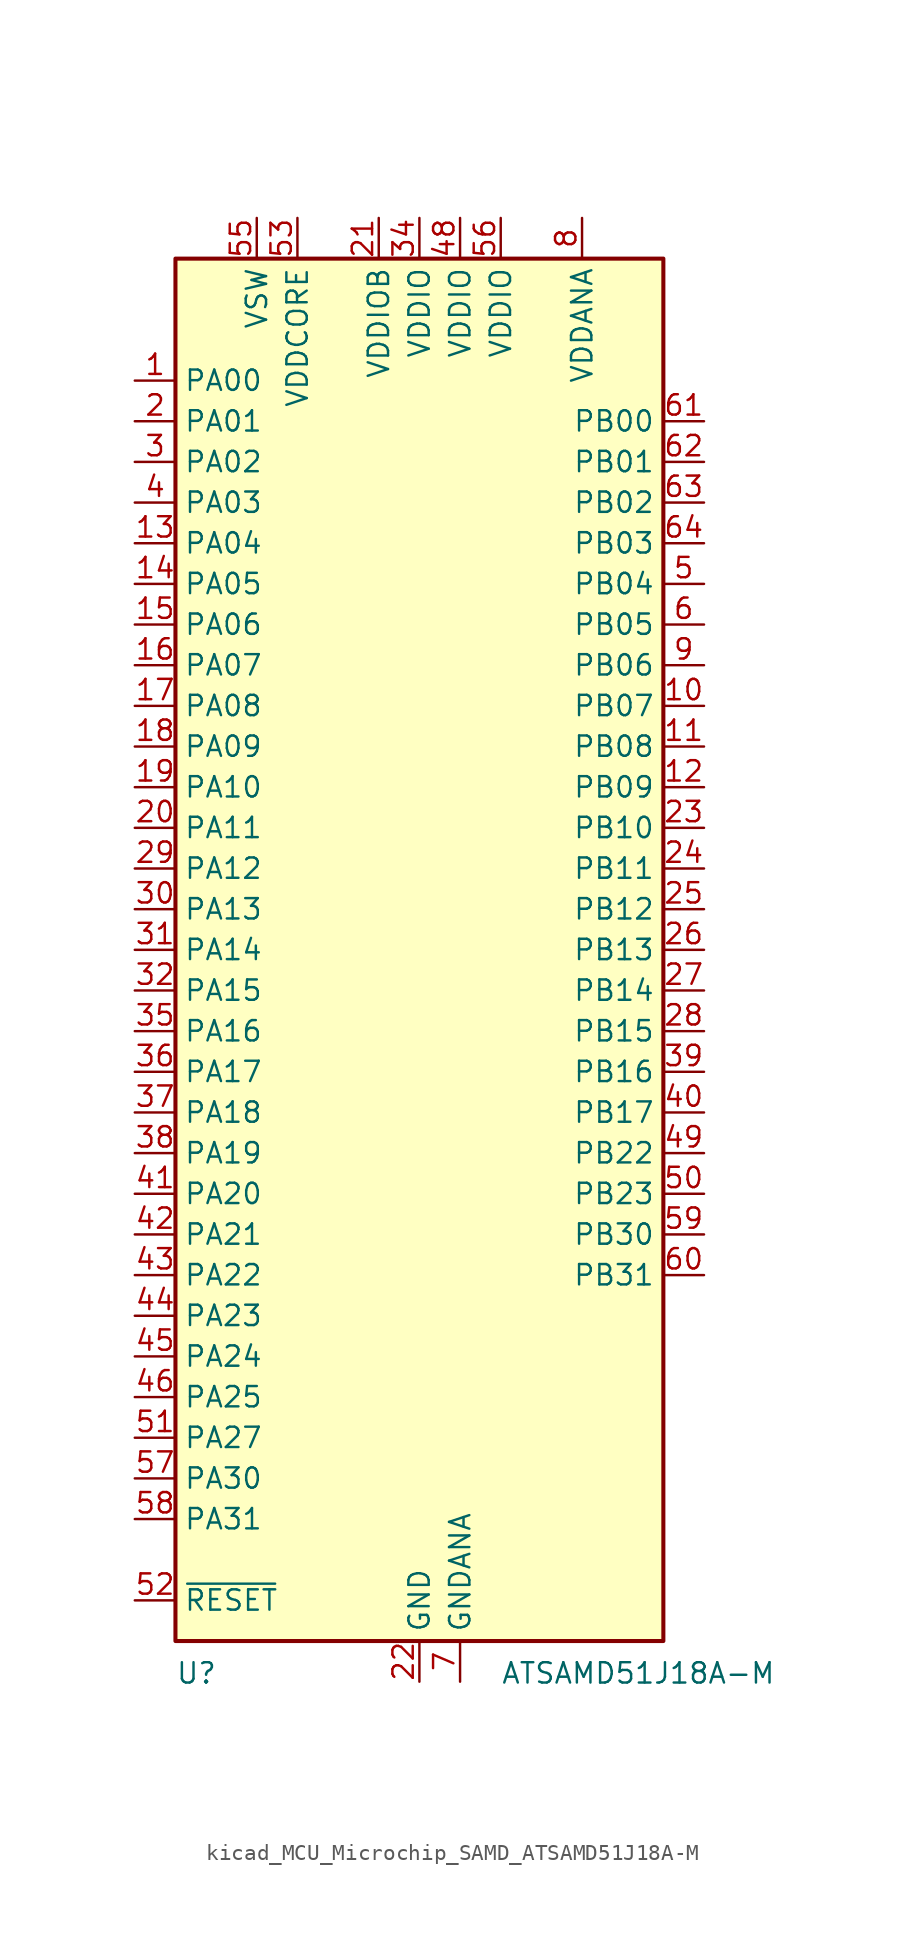
<source format=kicad_sym>
(kicad_symbol_lib
  (version 20220914)
  (generator kicad_symbol_editor)
  (symbol "kicad_MCU_Microchip_SAMD_ATSAMD51J18A-M"
    (property "Reference" "U"
      (at -15.24 -44.45 0)
      (effects (font (size 1.27 1.27)) (justify left top)))
    (property "Value" "ATSAMD51J18A-M"
      (at 5.08 -44.45 0)
      (effects (font (size 1.27 1.27)) (justify left top)))
    (symbol "kicad_MCU_Microchip_SAMD_ATSAMD51J18A-M_0_1"
      (rectangle (start -15.24 43.18) (end 15.24 -43.18) (stroke (width 0.254) (type default)) (fill (type background))))
    (symbol "kicad_MCU_Microchip_SAMD_ATSAMD51J18A-M_1_0"
      (pin bidirectional line (at 17.78 25.4 180) (length 2.54) (name "PB03" (effects (font (size 1.27 1.27)))) (number "64" (effects (font (size 1.27 1.27))))))
    (symbol "kicad_MCU_Microchip_SAMD_ATSAMD51J18A-M_1_1"
      (pin bidirectional line (at -17.78 35.56 0) (length 2.54) (name "PA00" (effects (font (size 1.27 1.27)))) (number "1" (effects (font (size 1.27 1.27)))))
      (pin bidirectional line (at 17.78 15.24 180) (length 2.54) (name "PB07" (effects (font (size 1.27 1.27)))) (number "10" (effects (font (size 1.27 1.27)))))
      (pin bidirectional line (at 17.78 12.7 180) (length 2.54) (name "PB08" (effects (font (size 1.27 1.27)))) (number "11" (effects (font (size 1.27 1.27)))))
      (pin bidirectional line (at 17.78 10.16 180) (length 2.54) (name "PB09" (effects (font (size 1.27 1.27)))) (number "12" (effects (font (size 1.27 1.27)))))
      (pin bidirectional line (at -17.78 25.4 0) (length 2.54) (name "PA04" (effects (font (size 1.27 1.27)))) (number "13" (effects (font (size 1.27 1.27)))))
      (pin bidirectional line (at -17.78 22.86 0) (length 2.54) (name "PA05" (effects (font (size 1.27 1.27)))) (number "14" (effects (font (size 1.27 1.27)))))
      (pin bidirectional line (at -17.78 20.32 0) (length 2.54) (name "PA06" (effects (font (size 1.27 1.27)))) (number "15" (effects (font (size 1.27 1.27)))))
      (pin bidirectional line (at -17.78 17.78 0) (length 2.54) (name "PA07" (effects (font (size 1.27 1.27)))) (number "16" (effects (font (size 1.27 1.27)))))
      (pin bidirectional line (at -17.78 15.24 0) (length 2.54) (name "PA08" (effects (font (size 1.27 1.27)))) (number "17" (effects (font (size 1.27 1.27)))))
      (pin bidirectional line (at -17.78 12.7 0) (length 2.54) (name "PA09" (effects (font (size 1.27 1.27)))) (number "18" (effects (font (size 1.27 1.27)))))
      (pin bidirectional line (at -17.78 10.16 0) (length 2.54) (name "PA10" (effects (font (size 1.27 1.27)))) (number "19" (effects (font (size 1.27 1.27)))))
      (pin bidirectional line (at -17.78 33.02 0) (length 2.54) (name "PA01" (effects (font (size 1.27 1.27)))) (number "2" (effects (font (size 1.27 1.27)))))
      (pin bidirectional line (at -17.78 7.62 0) (length 2.54) (name "PA11" (effects (font (size 1.27 1.27)))) (number "20" (effects (font (size 1.27 1.27)))))
      (pin power_in line (at -2.54 45.72 270) (length 2.54) (name "VDDIOB" (effects (font (size 1.27 1.27)))) (number "21" (effects (font (size 1.27 1.27)))))
      (pin power_in line (at 0 -45.72 90) (length 2.54) (name "GND" (effects (font (size 1.27 1.27)))) (number "22" (effects (font (size 1.27 1.27)))))
      (pin bidirectional line (at 17.78 7.62 180) (length 2.54) (name "PB10" (effects (font (size 1.27 1.27)))) (number "23" (effects (font (size 1.27 1.27)))))
      (pin bidirectional line (at 17.78 5.08 180) (length 2.54) (name "PB11" (effects (font (size 1.27 1.27)))) (number "24" (effects (font (size 1.27 1.27)))))
      (pin bidirectional line (at 17.78 2.54 180) (length 2.54) (name "PB12" (effects (font (size 1.27 1.27)))) (number "25" (effects (font (size 1.27 1.27)))))
      (pin bidirectional line (at 17.78 0 180) (length 2.54) (name "PB13" (effects (font (size 1.27 1.27)))) (number "26" (effects (font (size 1.27 1.27)))))
      (pin bidirectional line (at 17.78 -2.54 180) (length 2.54) (name "PB14" (effects (font (size 1.27 1.27)))) (number "27" (effects (font (size 1.27 1.27)))))
      (pin bidirectional line (at 17.78 -5.08 180) (length 2.54) (name "PB15" (effects (font (size 1.27 1.27)))) (number "28" (effects (font (size 1.27 1.27)))))
      (pin bidirectional line (at -17.78 5.08 0) (length 2.54) (name "PA12" (effects (font (size 1.27 1.27)))) (number "29" (effects (font (size 1.27 1.27)))))
      (pin bidirectional line (at -17.78 30.48 0) (length 2.54) (name "PA02" (effects (font (size 1.27 1.27)))) (number "3" (effects (font (size 1.27 1.27)))))
      (pin bidirectional line (at -17.78 2.54 0) (length 2.54) (name "PA13" (effects (font (size 1.27 1.27)))) (number "30" (effects (font (size 1.27 1.27)))))
      (pin bidirectional line (at -17.78 0 0) (length 2.54) (name "PA14" (effects (font (size 1.27 1.27)))) (number "31" (effects (font (size 1.27 1.27)))))
      (pin bidirectional line (at -17.78 -2.54 0) (length 2.54) (name "PA15" (effects (font (size 1.27 1.27)))) (number "32" (effects (font (size 1.27 1.27)))))
      (pin passive line (at 0 -45.72 90) (length 2.54) hide (name "GND" (effects (font (size 1.27 1.27)))) (number "33" (effects (font (size 1.27 1.27)))))
      (pin power_in line (at 0 45.72 270) (length 2.54) (name "VDDIO" (effects (font (size 1.27 1.27)))) (number "34" (effects (font (size 1.27 1.27)))))
      (pin bidirectional line (at -17.78 -5.08 0) (length 2.54) (name "PA16" (effects (font (size 1.27 1.27)))) (number "35" (effects (font (size 1.27 1.27)))))
      (pin bidirectional line (at -17.78 -7.62 0) (length 2.54) (name "PA17" (effects (font (size 1.27 1.27)))) (number "36" (effects (font (size 1.27 1.27)))))
      (pin bidirectional line (at -17.78 -10.16 0) (length 2.54) (name "PA18" (effects (font (size 1.27 1.27)))) (number "37" (effects (font (size 1.27 1.27)))))
      (pin bidirectional line (at -17.78 -12.7 0) (length 2.54) (name "PA19" (effects (font (size 1.27 1.27)))) (number "38" (effects (font (size 1.27 1.27)))))
      (pin bidirectional line (at 17.78 -7.62 180) (length 2.54) (name "PB16" (effects (font (size 1.27 1.27)))) (number "39" (effects (font (size 1.27 1.27)))))
      (pin bidirectional line (at -17.78 27.94 0) (length 2.54) (name "PA03" (effects (font (size 1.27 1.27)))) (number "4" (effects (font (size 1.27 1.27)))))
      (pin bidirectional line (at 17.78 -10.16 180) (length 2.54) (name "PB17" (effects (font (size 1.27 1.27)))) (number "40" (effects (font (size 1.27 1.27)))))
      (pin bidirectional line (at -17.78 -15.24 0) (length 2.54) (name "PA20" (effects (font (size 1.27 1.27)))) (number "41" (effects (font (size 1.27 1.27)))))
      (pin bidirectional line (at -17.78 -17.78 0) (length 2.54) (name "PA21" (effects (font (size 1.27 1.27)))) (number "42" (effects (font (size 1.27 1.27)))))
      (pin bidirectional line (at -17.78 -20.32 0) (length 2.54) (name "PA22" (effects (font (size 1.27 1.27)))) (number "43" (effects (font (size 1.27 1.27)))))
      (pin bidirectional line (at -17.78 -22.86 0) (length 2.54) (name "PA23" (effects (font (size 1.27 1.27)))) (number "44" (effects (font (size 1.27 1.27)))))
      (pin bidirectional line (at -17.78 -25.4 0) (length 2.54) (name "PA24" (effects (font (size 1.27 1.27)))) (number "45" (effects (font (size 1.27 1.27)))))
      (pin bidirectional line (at -17.78 -27.94 0) (length 2.54) (name "PA25" (effects (font (size 1.27 1.27)))) (number "46" (effects (font (size 1.27 1.27)))))
      (pin passive line (at 0 -45.72 90) (length 2.54) hide (name "GND" (effects (font (size 1.27 1.27)))) (number "47" (effects (font (size 1.27 1.27)))))
      (pin power_in line (at 2.54 45.72 270) (length 2.54) (name "VDDIO" (effects (font (size 1.27 1.27)))) (number "48" (effects (font (size 1.27 1.27)))))
      (pin bidirectional line (at 17.78 -12.7 180) (length 2.54) (name "PB22" (effects (font (size 1.27 1.27)))) (number "49" (effects (font (size 1.27 1.27)))))
      (pin bidirectional line (at 17.78 22.86 180) (length 2.54) (name "PB04" (effects (font (size 1.27 1.27)))) (number "5" (effects (font (size 1.27 1.27)))))
      (pin bidirectional line (at 17.78 -15.24 180) (length 2.54) (name "PB23" (effects (font (size 1.27 1.27)))) (number "50" (effects (font (size 1.27 1.27)))))
      (pin bidirectional line (at -17.78 -30.48 0) (length 2.54) (name "PA27" (effects (font (size 1.27 1.27)))) (number "51" (effects (font (size 1.27 1.27)))))
      (pin input line (at -17.78 -40.64 0) (length 2.54) (name "~{RESET}" (effects (font (size 1.27 1.27)))) (number "52" (effects (font (size 1.27 1.27)))))
      (pin power_out line (at -7.62 45.72 270) (length 2.54) (name "VDDCORE" (effects (font (size 1.27 1.27)))) (number "53" (effects (font (size 1.27 1.27)))))
      (pin passive line (at 0 -45.72 90) (length 2.54) hide (name "GND" (effects (font (size 1.27 1.27)))) (number "54" (effects (font (size 1.27 1.27)))))
      (pin power_in line (at -10.16 45.72 270) (length 2.54) (name "VSW" (effects (font (size 1.27 1.27)))) (number "55" (effects (font (size 1.27 1.27)))))
      (pin power_in line (at 5.08 45.72 270) (length 2.54) (name "VDDIO" (effects (font (size 1.27 1.27)))) (number "56" (effects (font (size 1.27 1.27)))))
      (pin bidirectional line (at -17.78 -33.02 0) (length 2.54) (name "PA30" (effects (font (size 1.27 1.27)))) (number "57" (effects (font (size 1.27 1.27)))))
      (pin bidirectional line (at -17.78 -35.56 0) (length 2.54) (name "PA31" (effects (font (size 1.27 1.27)))) (number "58" (effects (font (size 1.27 1.27)))))
      (pin bidirectional line (at 17.78 -17.78 180) (length 2.54) (name "PB30" (effects (font (size 1.27 1.27)))) (number "59" (effects (font (size 1.27 1.27)))))
      (pin bidirectional line (at 17.78 20.32 180) (length 2.54) (name "PB05" (effects (font (size 1.27 1.27)))) (number "6" (effects (font (size 1.27 1.27)))))
      (pin bidirectional line (at 17.78 -20.32 180) (length 2.54) (name "PB31" (effects (font (size 1.27 1.27)))) (number "60" (effects (font (size 1.27 1.27)))))
      (pin bidirectional line (at 17.78 33.02 180) (length 2.54) (name "PB00" (effects (font (size 1.27 1.27)))) (number "61" (effects (font (size 1.27 1.27)))))
      (pin bidirectional line (at 17.78 30.48 180) (length 2.54) (name "PB01" (effects (font (size 1.27 1.27)))) (number "62" (effects (font (size 1.27 1.27)))))
      (pin bidirectional line (at 17.78 27.94 180) (length 2.54) (name "PB02" (effects (font (size 1.27 1.27)))) (number "63" (effects (font (size 1.27 1.27)))))
      (pin passive line (at 0 -45.72 90) (length 2.54) hide (name "GND" (effects (font (size 1.27 1.27)))) (number "65" (effects (font (size 1.27 1.27)))))
      (pin power_in line (at 2.54 -45.72 90) (length 2.54) (name "GNDANA" (effects (font (size 1.27 1.27)))) (number "7" (effects (font (size 1.27 1.27)))))
      (pin power_in line (at 10.16 45.72 270) (length 2.54) (name "VDDANA" (effects (font (size 1.27 1.27)))) (number "8" (effects (font (size 1.27 1.27)))))
      (pin bidirectional line (at 17.78 17.78 180) (length 2.54) (name "PB06" (effects (font (size 1.27 1.27)))) (number "9" (effects (font (size 1.27 1.27))))))))
</source>
